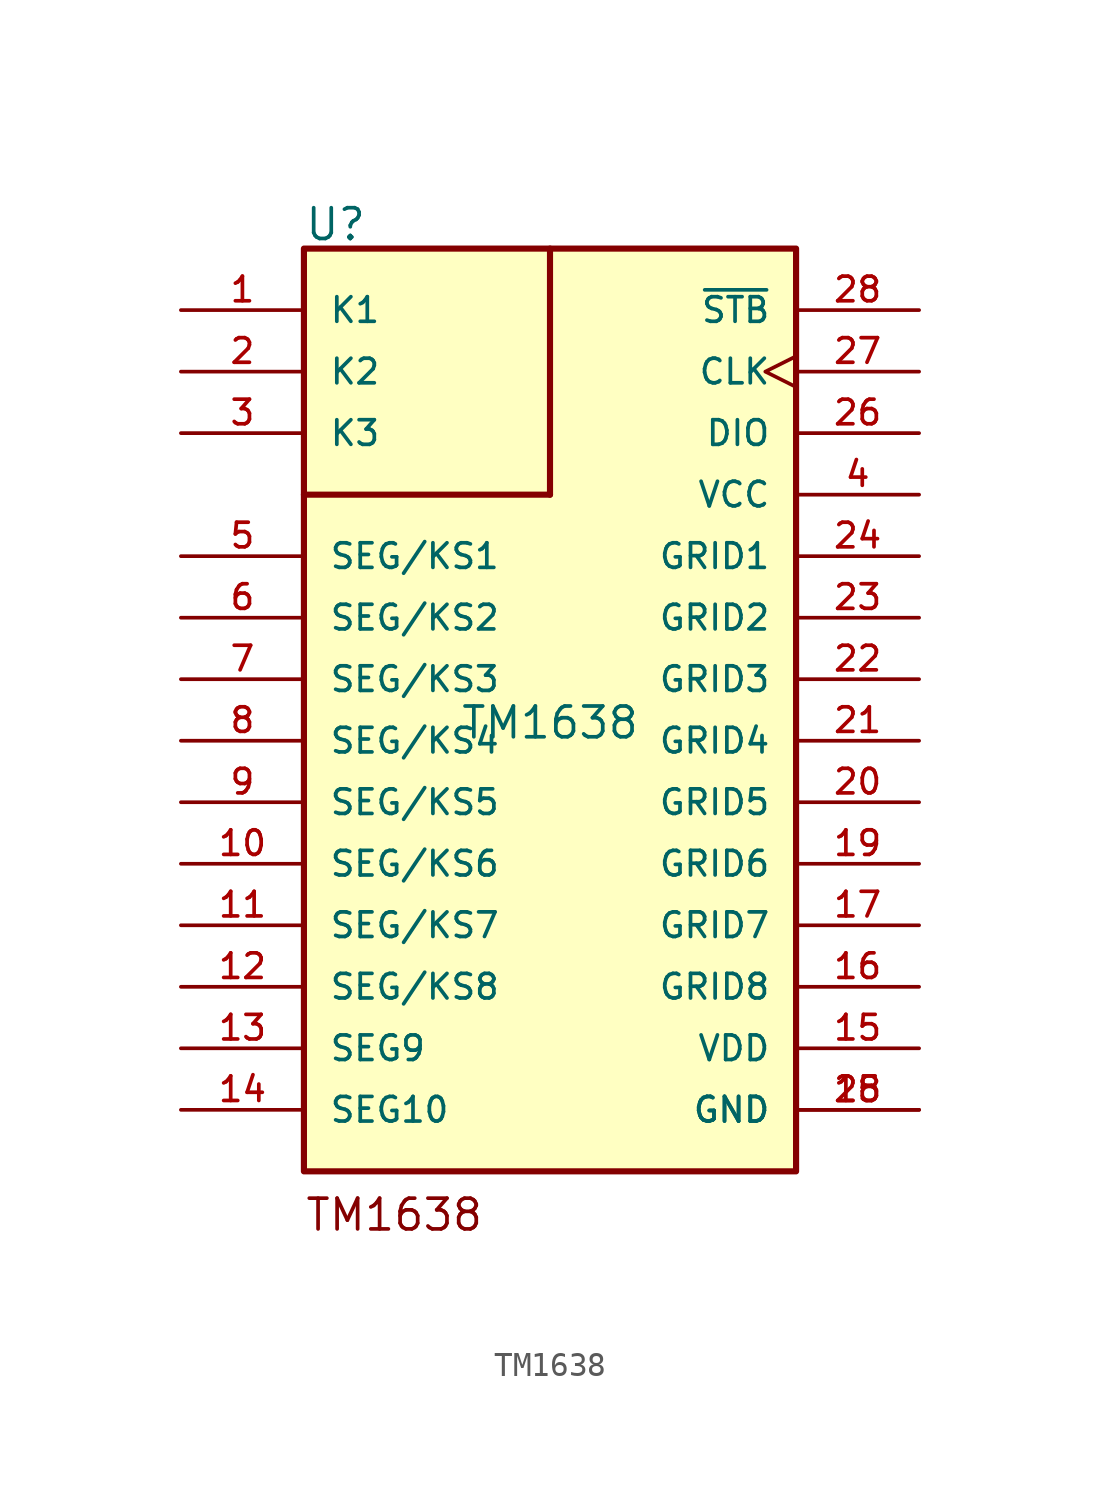
<source format=kicad_sym>
(kicad_symbol_lib
  (version 20211014)
  (generator kicad_symbol_editor)
  (symbol "TM1638"
    (pin_names
      (offset 1.016))
    (property "Reference" "U"
      (at -10.16 20.574 0)
      (effects (font (size 1.27 1.27)) (justify bottom left)))
    (property "Value" "TM1638"
      (at 0 0.0 0)
      (effects (font (size 1.27 1.27)) (justify bottom)))
    (symbol "TM1638_0_0"
      (polyline (pts (xy 0.0 20.32) (xy 0.0 10.16)) (stroke (width 0.254)))
      (polyline (pts (xy 0.0 10.16) (xy -10.16 10.16)) (stroke (width 0.254)))
      (text "TM1638" (at -10.16 -20.32 0) (effects (font (size 1.27 1.27)) (justify bottom left)))
      (rectangle (start -10.16 -17.78) (end 10.16 20.32) (stroke (width 0.254)) (fill (type background)))
      (pin bidirectional line (at -15.24 17.78 0) (length 5.08) (name "K1" (effects (font (size 1.016 1.016)))) (number "1" (effects (font (size 1.016 1.016)))))
      (pin bidirectional line (at -15.24 15.24 0) (length 5.08) (name "K2" (effects (font (size 1.016 1.016)))) (number "2" (effects (font (size 1.016 1.016)))))
      (pin bidirectional line (at -15.24 12.7 0) (length 5.08) (name "K3" (effects (font (size 1.016 1.016)))) (number "3" (effects (font (size 1.016 1.016)))))
      (pin bidirectional line (at -15.24 7.62 0) (length 5.08) (name "SEG/KS1" (effects (font (size 1.016 1.016)))) (number "5" (effects (font (size 1.016 1.016)))))
      (pin bidirectional line (at -15.24 5.08 0) (length 5.08) (name "SEG/KS2" (effects (font (size 1.016 1.016)))) (number "6" (effects (font (size 1.016 1.016)))))
      (pin bidirectional line (at -15.24 2.54 0) (length 5.08) (name "SEG/KS3" (effects (font (size 1.016 1.016)))) (number "7" (effects (font (size 1.016 1.016)))))
      (pin bidirectional line (at -15.24 0.0 0) (length 5.08) (name "SEG/KS4" (effects (font (size 1.016 1.016)))) (number "8" (effects (font (size 1.016 1.016)))))
      (pin bidirectional line (at -15.24 -2.54 0) (length 5.08) (name "SEG/KS5" (effects (font (size 1.016 1.016)))) (number "9" (effects (font (size 1.016 1.016)))))
      (pin bidirectional line (at -15.24 -5.08 0) (length 5.08) (name "SEG/KS6" (effects (font (size 1.016 1.016)))) (number "10" (effects (font (size 1.016 1.016)))))
      (pin bidirectional line (at -15.24 -7.62 0) (length 5.08) (name "SEG/KS7" (effects (font (size 1.016 1.016)))) (number "11" (effects (font (size 1.016 1.016)))))
      (pin bidirectional line (at -15.24 -10.16 0) (length 5.08) (name "SEG/KS8" (effects (font (size 1.016 1.016)))) (number "12" (effects (font (size 1.016 1.016)))))
      (pin bidirectional line (at -15.24 -12.7 0) (length 5.08) (name "SEG9" (effects (font (size 1.016 1.016)))) (number "13" (effects (font (size 1.016 1.016)))))
      (pin bidirectional line (at -15.24 -15.24 0) (length 5.08) (name "SEG10" (effects (font (size 1.016 1.016)))) (number "14" (effects (font (size 1.016 1.016)))))
      (pin bidirectional line (at 15.24 17.78 180.0) (length 5.08) (name "~{STB}" (effects (font (size 1.016 1.016)))) (number "28" (effects (font (size 1.016 1.016)))))
      (pin bidirectional clock (at 15.24 15.24 180.0) (length 5.08) (name "CLK" (effects (font (size 1.016 1.016)))) (number "27" (effects (font (size 1.016 1.016)))))
      (pin bidirectional line (at 15.24 12.7 180.0) (length 5.08) (name "DIO" (effects (font (size 1.016 1.016)))) (number "26" (effects (font (size 1.016 1.016)))))
      (pin bidirectional line (at 15.24 7.62 180.0) (length 5.08) (name "GRID1" (effects (font (size 1.016 1.016)))) (number "24" (effects (font (size 1.016 1.016)))))
      (pin bidirectional line (at 15.24 5.08 180.0) (length 5.08) (name "GRID2" (effects (font (size 1.016 1.016)))) (number "23" (effects (font (size 1.016 1.016)))))
      (pin bidirectional line (at 15.24 2.54 180.0) (length 5.08) (name "GRID3" (effects (font (size 1.016 1.016)))) (number "22" (effects (font (size 1.016 1.016)))))
      (pin bidirectional line (at 15.24 0.0 180.0) (length 5.08) (name "GRID4" (effects (font (size 1.016 1.016)))) (number "21" (effects (font (size 1.016 1.016)))))
      (pin bidirectional line (at 15.24 -2.54 180.0) (length 5.08) (name "GRID5" (effects (font (size 1.016 1.016)))) (number "20" (effects (font (size 1.016 1.016)))))
      (pin bidirectional line (at 15.24 -5.08 180.0) (length 5.08) (name "GRID6" (effects (font (size 1.016 1.016)))) (number "19" (effects (font (size 1.016 1.016)))))
      (pin bidirectional line (at 15.24 -7.62 180.0) (length 5.08) (name "GRID7" (effects (font (size 1.016 1.016)))) (number "17" (effects (font (size 1.016 1.016)))))
      (pin bidirectional line (at 15.24 -10.16 180.0) (length 5.08) (name "GRID8" (effects (font (size 1.016 1.016)))) (number "16" (effects (font (size 1.016 1.016)))))
      (pin bidirectional line (at 15.24 -15.24 180.0) (length 5.08) (name "GND" (effects (font (size 1.016 1.016)))) (number "18" (effects (font (size 1.016 1.016)))))
      (pin bidirectional line (at 15.24 -15.24 180.0) (length 5.08) (name "GND" (effects (font (size 1.016 1.016)))) (number "25" (effects (font (size 1.016 1.016)))))
      (pin bidirectional line (at 15.24 -12.7 180.0) (length 5.08) (name "VDD" (effects (font (size 1.016 1.016)))) (number "15" (effects (font (size 1.016 1.016)))))
      (pin bidirectional line (at 15.24 10.16 180.0) (length 5.08) (name "VCC" (effects (font (size 1.016 1.016)))) (number "4" (effects (font (size 1.016 1.016))))))))
</source>
